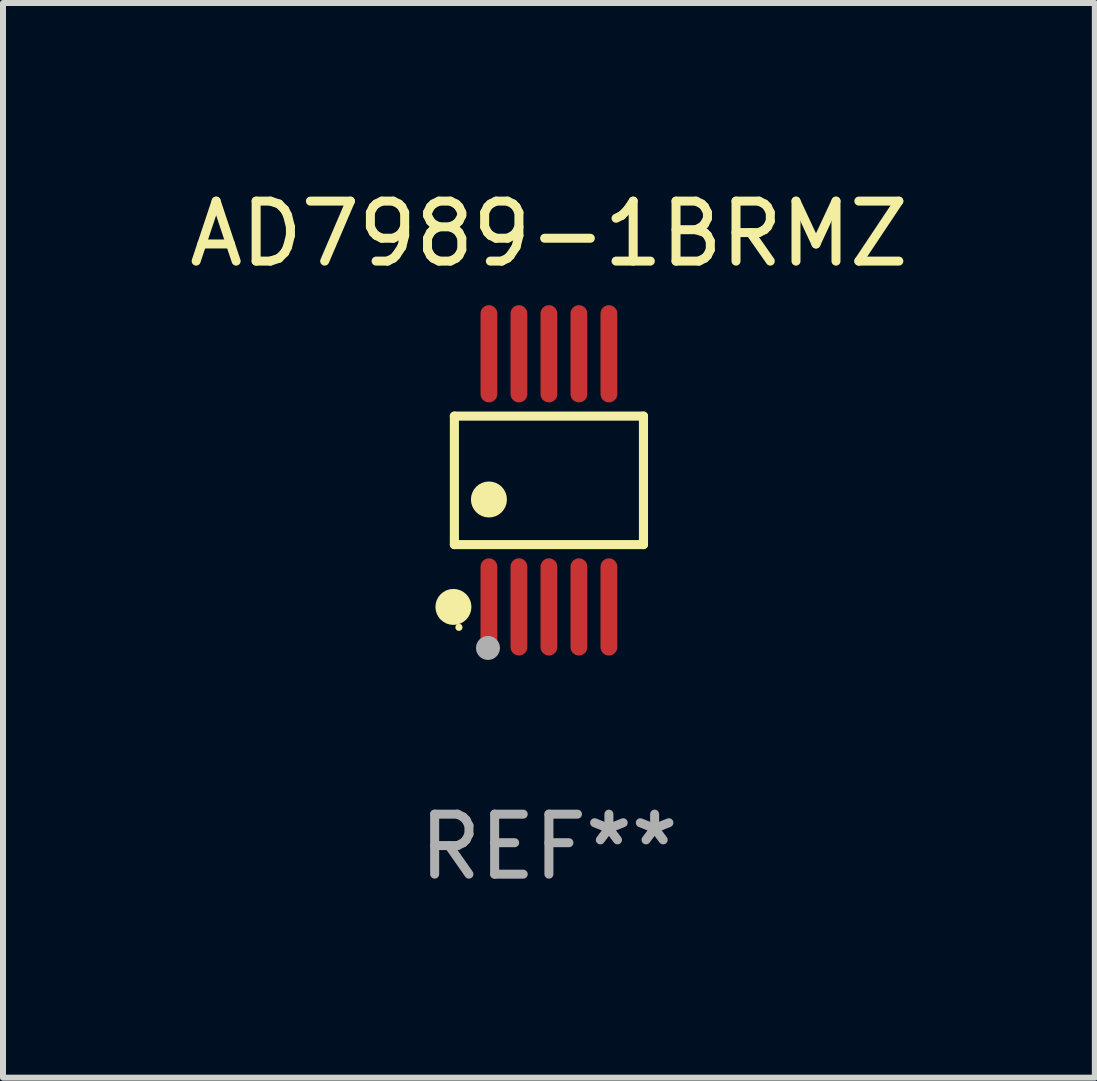
<source format=kicad_pcb>
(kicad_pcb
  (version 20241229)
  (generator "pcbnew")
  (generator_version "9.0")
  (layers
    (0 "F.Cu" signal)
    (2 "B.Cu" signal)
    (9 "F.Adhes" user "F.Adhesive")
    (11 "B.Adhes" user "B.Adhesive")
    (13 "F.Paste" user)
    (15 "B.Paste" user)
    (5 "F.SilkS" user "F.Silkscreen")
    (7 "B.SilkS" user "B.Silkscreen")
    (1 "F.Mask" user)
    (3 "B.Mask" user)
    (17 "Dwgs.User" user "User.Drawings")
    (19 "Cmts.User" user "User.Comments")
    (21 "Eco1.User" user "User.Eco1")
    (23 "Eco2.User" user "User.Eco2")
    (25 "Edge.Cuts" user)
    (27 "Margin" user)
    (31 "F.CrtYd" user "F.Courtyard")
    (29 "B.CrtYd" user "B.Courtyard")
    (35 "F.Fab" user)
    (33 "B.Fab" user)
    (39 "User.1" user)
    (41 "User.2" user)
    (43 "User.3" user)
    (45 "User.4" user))
  (footprint "AD7989-1BRMZ"
    (layer "F.Cu")
    (at 6.101 4.958)
    (property "Reference" "AD7989-1BRMZ" (at 0 -4.11 0) (layer "F.SilkS") (effects (font (size 1 1) (thickness 0.15))))
    (attr through_hole)
    (fp_line (start -1.576 -1.071) (end 1.576 -1.071) (stroke (width 0.152) (type solid)) (layer "F.SilkS"))
    (fp_line (start -1.576 1.071) (end -1.576 -1.071) (stroke (width 0.152) (type solid)) (layer "F.SilkS"))
    (fp_line (start 1.576 -1.071) (end 1.576 1.071) (stroke (width 0.152) (type solid)) (layer "F.SilkS"))
    (fp_line (start 1.576 1.071) (end -1.576 1.071) (stroke (width 0.152) (type solid)) (layer "F.SilkS"))
    (fp_circle (center -1.592 2.11) (end -1.442 2.11) (stroke (width 0.3) (type solid)) (fill no) (layer "F.SilkS"))
    (fp_circle (center -1.5 2.45) (end -1.47 2.45) (stroke (width 0.06) (type solid)) (fill no) (layer "F.SilkS"))
    (fp_circle (center -1 0.319) (end -0.85 0.319) (stroke (width 0.3) (type solid)) (fill no) (layer "F.SilkS"))
    (fp_circle (center -1.016 2.794) (end -0.916 2.794) (stroke (width 0.2) (type solid)) (fill no) (layer "F.Fab"))
    (fp_text user "REF**" (at 0 6.11 0) (layer "F.Fab") (effects (font (size 1 1) (thickness 0.15))))
    (pad "1" smd oval (at -1 2.11) (size 0.28 1.62) (layers "F.Cu" "F.Mask" "F.Paste"))
    (pad "2" smd oval (at -0.5 2.11) (size 0.28 1.62) (layers "F.Cu" "F.Mask" "F.Paste"))
    (pad "3" smd oval (at 0 2.11) (size 0.28 1.62) (layers "F.Cu" "F.Mask" "F.Paste"))
    (pad "4" smd oval (at 0.5 2.11) (size 0.28 1.62) (layers "F.Cu" "F.Mask" "F.Paste"))
    (pad "5" smd oval (at 1 2.11) (size 0.28 1.62) (layers "F.Cu" "F.Mask" "F.Paste"))
    (pad "6" smd oval (at 1 -2.11) (size 0.28 1.62) (layers "F.Cu" "F.Mask" "F.Paste"))
    (pad "7" smd oval (at 0.5 -2.11) (size 0.28 1.62) (layers "F.Cu" "F.Mask" "F.Paste"))
    (pad "8" smd oval (at 0 -2.11) (size 0.28 1.62) (layers "F.Cu" "F.Mask" "F.Paste"))
    (pad "9" smd oval (at -0.5 -2.11) (size 0.28 1.62) (layers "F.Cu" "F.Mask" "F.Paste"))
    (pad "10" smd oval (at -1 -2.11) (size 0.28 1.62) (layers "F.Cu" "F.Mask" "F.Paste")))
  (gr_rect
    (start -3 -3)
    (end 15.202 14.916)
    (stroke (width 0.1) (type default))
    (fill no)
    (layer "Edge.Cuts")))
</source>
